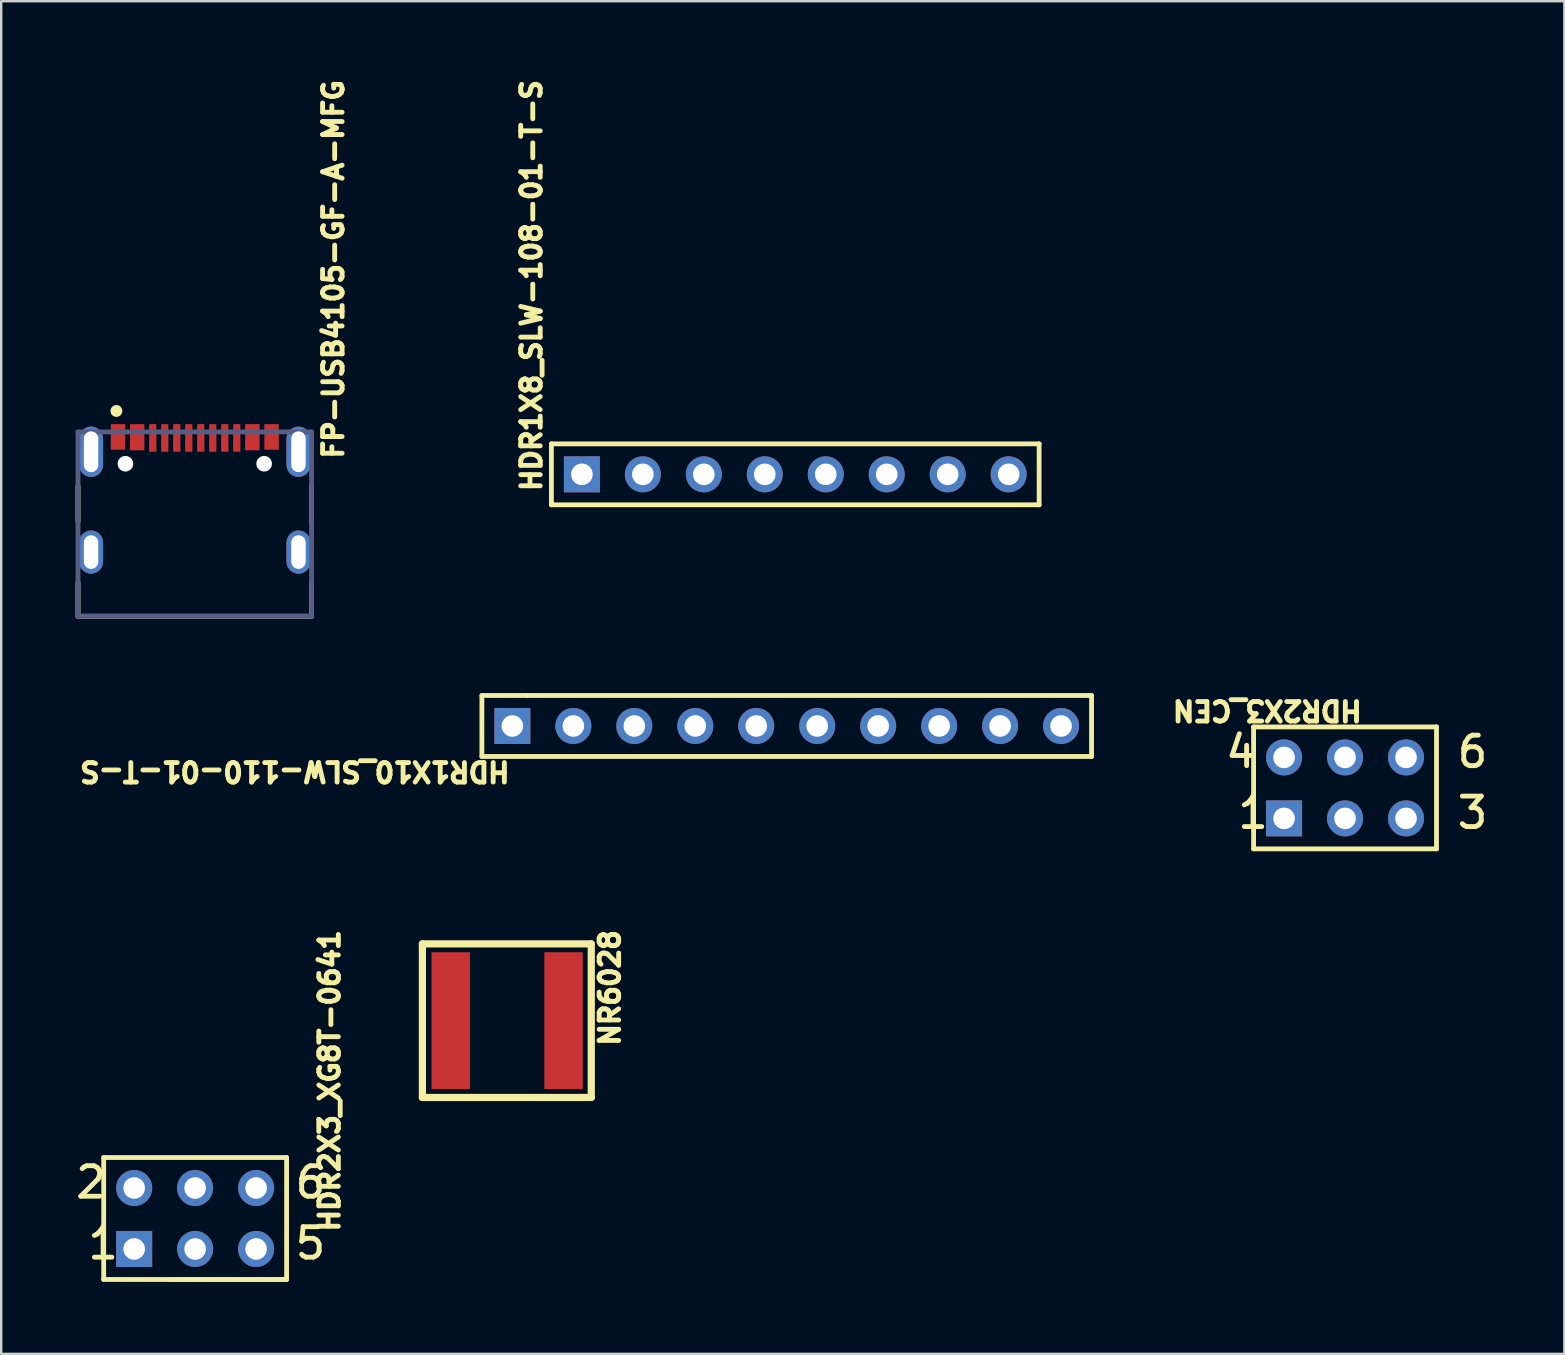
<source format=kicad_pcb>
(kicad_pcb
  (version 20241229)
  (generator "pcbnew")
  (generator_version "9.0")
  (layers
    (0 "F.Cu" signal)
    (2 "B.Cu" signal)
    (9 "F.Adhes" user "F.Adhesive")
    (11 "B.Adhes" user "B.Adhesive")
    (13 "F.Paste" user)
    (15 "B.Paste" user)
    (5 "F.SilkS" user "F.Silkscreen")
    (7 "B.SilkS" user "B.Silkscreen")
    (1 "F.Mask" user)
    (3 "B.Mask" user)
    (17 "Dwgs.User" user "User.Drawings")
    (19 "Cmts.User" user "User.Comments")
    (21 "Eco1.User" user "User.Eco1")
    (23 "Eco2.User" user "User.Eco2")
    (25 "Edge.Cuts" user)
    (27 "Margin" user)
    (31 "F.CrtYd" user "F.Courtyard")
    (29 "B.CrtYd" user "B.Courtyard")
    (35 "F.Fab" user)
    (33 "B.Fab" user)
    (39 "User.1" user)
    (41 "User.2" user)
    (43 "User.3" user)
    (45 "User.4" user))
  (footprint "HDR2X3_CEN"
    (layer "F.Cu")
    (at 50.448 31.046)
    (property "Reference" "HDR2X3_CEN" (at 3.344 -4.978 180) (unlocked yes) (layer "F.SilkS") (effects (font (size 0.813 0.813) (thickness 0.203)) (justify left bottom)))
    (fp_line (start -1.27 -3.81) (end -1.27 1.27) (stroke (width 0.2) (type solid)) (layer "F.SilkS"))
    (fp_line (start 6.35 -3.81) (end -1.27 -3.81) (stroke (width 0.2) (type solid)) (layer "F.SilkS"))
    (fp_line (start 6.35 -3.81) (end 6.35 1.27) (stroke (width 0.2) (type solid)) (layer "F.SilkS"))
    (fp_line (start 6.35 1.27) (end -1.27 1.27) (stroke (width 0.2) (type solid)) (layer "F.SilkS"))
    (fp_text user "4" (at -2.54 -2.032 0) (unlocked yes) (layer "F.SilkS") (effects (font (size 1.27 1.27) (thickness 0.203)) (justify left bottom)))
    (fp_text user "6" (at 7.112 -2.032 0) (unlocked yes) (layer "F.SilkS") (effects (font (size 1.27 1.27) (thickness 0.203)) (justify left bottom)))
    (fp_text user "1" (at -2.032 0.508 0) (unlocked yes) (layer "F.SilkS") (effects (font (size 1.27 1.27) (thickness 0.203)) (justify left bottom)))
    (fp_text user "3" (at 7.112 0.508 0) (unlocked yes) (layer "F.SilkS") (effects (font (size 1.27 1.27) (thickness 0.203)) (justify left bottom)))
    (pad "1" thru_hole rect (at 0 0) (size 1.5 1.5) (drill 0.9) (layers "*.Cu" "*.Mask"))
    (pad "2" thru_hole circle (at 2.54 0) (size 1.5 1.5) (drill 0.9) (layers "*.Cu" "*.Mask"))
    (pad "3" thru_hole circle (at 5.08 0) (size 1.5 1.5) (drill 0.9) (layers "*.Cu" "*.Mask"))
    (pad "4" thru_hole circle (at 0 -2.54) (size 1.5 1.5) (drill 0.9) (layers "*.Cu" "*.Mask"))
    (pad "5" thru_hole circle (at 2.54 -2.54) (size 1.5 1.5) (drill 0.9) (layers "*.Cu" "*.Mask"))
    (pad "6" thru_hole circle (at 5.08 -2.54) (size 1.5 1.5) (drill 0.9) (layers "*.Cu" "*.Mask")))
  (footprint "NR6028"
    (layer "F.Cu")
    (at 18.079 39.473)
    (property "Reference" "NR6028" (at 4.756 1.151 90) (unlocked yes) (layer "F.SilkS") (effects (font (size 0.813 0.813) (thickness 0.203)) (justify left bottom)))
    (fp_line (start -3.531 3.2) (end -3.531 -3.2) (stroke (width 0.3) (type solid)) (layer "F.SilkS"))
    (fp_line (start 3.505 -3.2) (end -3.531 -3.2) (stroke (width 0.3) (type solid)) (layer "F.SilkS"))
    (fp_line (start 3.505 3.2) (end -3.531 3.2) (stroke (width 0.3) (type solid)) (layer "F.SilkS"))
    (fp_line (start 3.505 3.2) (end 3.505 -3.2) (stroke (width 0.3) (type solid)) (layer "F.SilkS"))
    (pad "1" smd rect (at -2.35 0.00001) (size 1.6 5.7) (layers "F.Cu" "F.Mask" "F.Paste"))
    (pad "2" smd rect (at 2.35 0.00001) (size 1.6 5.7) (layers "F.Cu" "F.Mask" "F.Paste")))
  (footprint "HDR1X10_SLW-110-01-T-S"
    (layer "F.Cu")
    (at 18.297 27.196)
    (property "Reference" "HDR1X10_SLW-110-01-T-S" (at -0.007 1.414 180) (unlocked yes) (layer "F.SilkS") (effects (font (size 0.813 0.813) (thickness 0.203)) (justify left bottom)))
    (fp_line (start -1.27 -1.27) (end -1.27 1.27) (stroke (width 0.2) (type solid)) (layer "F.SilkS"))
    (fp_line (start 0.635 -1.27) (end -1.27 -1.27) (stroke (width 0.2) (type solid)) (layer "F.SilkS"))
    (fp_line (start 24.13 -1.27) (end 0.635 -1.27) (stroke (width 0.2) (type solid)) (layer "F.SilkS"))
    (fp_line (start 24.13 -1.27) (end 24.13 1.27) (stroke (width 0.2) (type solid)) (layer "F.SilkS"))
    (fp_line (start 24.13 1.27) (end -1.27 1.27) (stroke (width 0.2) (type solid)) (layer "F.SilkS"))
    (pad "1" thru_hole rect (at 0 0) (size 1.5 1.5) (drill 0.9) (layers "*.Cu" "*.Mask"))
    (pad "2" thru_hole circle (at 2.54 0) (size 1.5 1.5) (drill 0.9) (layers "*.Cu" "*.Mask"))
    (pad "3" thru_hole circle (at 5.08 0) (size 1.5 1.5) (drill 0.9) (layers "*.Cu" "*.Mask"))
    (pad "4" thru_hole circle (at 7.62 0) (size 1.5 1.5) (drill 0.9) (layers "*.Cu" "*.Mask"))
    (pad "5" thru_hole circle (at 10.16 0) (size 1.5 1.5) (drill 0.9) (layers "*.Cu" "*.Mask"))
    (pad "6" thru_hole circle (at 12.7 0) (size 1.5 1.5) (drill 0.9) (layers "*.Cu" "*.Mask"))
    (pad "7" thru_hole circle (at 15.24 0) (size 1.5 1.5) (drill 0.9) (layers "*.Cu" "*.Mask"))
    (pad "8" thru_hole circle (at 17.78 0) (size 1.5 1.5) (drill 0.9) (layers "*.Cu" "*.Mask"))
    (pad "9" thru_hole circle (at 20.32 0) (size 1.5 1.5) (drill 0.9) (layers "*.Cu" "*.Mask"))
    (pad "10" thru_hole circle (at 22.86 0) (size 1.5 1.5) (drill 0.9) (layers "*.Cu" "*.Mask")))
  (footprint "HDR1X8_SLW-108-01-T-S"
    (layer "F.Cu")
    (at 21.193 16.712)
    (property "Reference" "HDR1X8_SLW-108-01-T-S" (at -1.626 0.804 90) (unlocked yes) (layer "F.SilkS") (effects (font (size 0.813 0.813) (thickness 0.203)) (justify left bottom)))
    (fp_line (start -1.27 -1.27) (end 19.05 -1.27) (stroke (width 0.2) (type solid)) (layer "F.SilkS"))
    (fp_line (start -1.27 1.27) (end -1.27 -1.27) (stroke (width 0.2) (type solid)) (layer "F.SilkS"))
    (fp_line (start -1.27 1.27) (end 19.05 1.27) (stroke (width 0.2) (type solid)) (layer "F.SilkS"))
    (fp_line (start 19.05 1.27) (end 19.05 -1.27) (stroke (width 0.2) (type solid)) (layer "F.SilkS"))
    (pad "1" thru_hole rect (at 0 0) (size 1.5 1.5) (drill 0.9) (layers "*.Cu" "*.Mask"))
    (pad "2" thru_hole circle (at 2.54 0) (size 1.5 1.5) (drill 0.9) (layers "*.Cu" "*.Mask"))
    (pad "3" thru_hole circle (at 5.08 0) (size 1.5 1.5) (drill 0.9) (layers "*.Cu" "*.Mask"))
    (pad "4" thru_hole circle (at 7.62 0) (size 1.5 1.5) (drill 0.9) (layers "*.Cu" "*.Mask"))
    (pad "5" thru_hole circle (at 10.16 0) (size 1.5 1.5) (drill 0.9) (layers "*.Cu" "*.Mask"))
    (pad "6" thru_hole circle (at 12.7 0) (size 1.5 1.5) (drill 0.9) (layers "*.Cu" "*.Mask"))
    (pad "7" thru_hole circle (at 15.24 0) (size 1.5 1.5) (drill 0.9) (layers "*.Cu" "*.Mask"))
    (pad "8" thru_hole circle (at 17.78 0) (size 1.5 1.5) (drill 0.9) (layers "*.Cu" "*.Mask")))
  (footprint "HDR2X3_XG8T-0641"
    (layer "F.Cu")
    (at 2.54 48.985)
    (property "Reference" "HDR2X3_XG8T-0641" (at 8.616 -0.62 90) (unlocked yes) (layer "F.SilkS") (effects (font (size 0.813 0.813) (thickness 0.203)) (justify left bottom)))
    (fp_line (start -1.27 1.27) (end -1.27 -3.81) (stroke (width 0.2) (type solid)) (layer "F.SilkS"))
    (fp_line (start 6.35 -3.81) (end -1.27 -3.81) (stroke (width 0.2) (type solid)) (layer "F.SilkS"))
    (fp_line (start 6.35 1.27) (end -1.27 1.27) (stroke (width 0.2) (type solid)) (layer "F.SilkS"))
    (fp_line (start 6.35 1.27) (end 1.482 1.27) (stroke (width 0.2) (type solid)) (layer "F.SilkS"))
    (fp_line (start 6.35 1.27) (end 6.35 -3.81) (stroke (width 0.2) (type solid)) (layer "F.SilkS"))
    (fp_text user "6" (at 6.604 -2.032 0) (unlocked yes) (layer "F.SilkS") (effects (font (size 1.27 1.27) (thickness 0.203)) (justify left bottom)))
    (fp_text user "2" (at -2.54 -2.032 0) (unlocked yes) (layer "F.SilkS") (effects (font (size 1.27 1.27) (thickness 0.203)) (justify left bottom)))
    (fp_text user "1" (at -2.032 0.508 0) (unlocked yes) (layer "F.SilkS") (effects (font (size 1.27 1.27) (thickness 0.203)) (justify left bottom)))
    (fp_text user "5" (at 6.604 0.508 0) (unlocked yes) (layer "F.SilkS") (effects (font (size 1.27 1.27) (thickness 0.203)) (justify left bottom)))
    (pad "1" thru_hole rect (at 0 0) (size 1.5 1.5) (drill 0.9) (layers "*.Cu" "*.Mask"))
    (pad "2" thru_hole circle (at 0 -2.54) (size 1.5 1.5) (drill 0.9) (layers "*.Cu" "*.Mask"))
    (pad "3" thru_hole circle (at 2.54 0) (size 1.5 1.5) (drill 0.9) (layers "*.Cu" "*.Mask"))
    (pad "4" thru_hole circle (at 2.54 -2.54) (size 1.5 1.5) (drill 0.9) (layers "*.Cu" "*.Mask"))
    (pad "5" thru_hole circle (at 5.08 0) (size 1.5 1.5) (drill 0.9) (layers "*.Cu" "*.Mask"))
    (pad "6" thru_hole circle (at 5.08 -2.54) (size 1.5 1.5) (drill 0.9) (layers "*.Cu" "*.Mask")))
  (footprint "FP-USB4105-GF-A-MFG"
    (layer "F.Cu")
    (at 5.065 18.786)
    (property "Reference" "FP-USB4105-GF-A-MFG" (at 6.248 -2.625 90) (unlocked yes) (layer "F.SilkS") (effects (font (size 0.813 0.813) (thickness 0.203)) (justify left bottom)))
    (fp_line (start -4.865 -0.11) (end -4.865 -1.59) (stroke (width 0.2) (type solid)) (layer "F.SilkS"))
    (fp_line (start -4.865 3.84) (end -4.865 2.44) (stroke (width 0.2) (type solid)) (layer "F.SilkS"))
    (fp_line (start 4.865 -0.11) (end 4.865 -1.59) (stroke (width 0.2) (type solid)) (layer "F.SilkS"))
    (fp_line (start 4.865 3.84) (end -4.865 3.84) (stroke (width 0.2) (type solid)) (layer "F.SilkS"))
    (fp_line (start 4.865 3.84) (end 4.865 2.44) (stroke (width 0.2) (type solid)) (layer "F.SilkS"))
    (fp_circle (center -3.265 -4.715) (end -3.39 -4.715) (stroke (width 0.25) (type solid)) (fill no) (layer "F.SilkS"))
    (fp_line (start -4.965 3.94) (end -4.965 -4.265) (stroke (width 0.2) (type solid)) (layer "Eco1.User"))
    (fp_line (start 0 0.5) (end 0 -0.5) (stroke (width 0.1) (type solid)) (layer "Eco1.User"))
    (fp_line (start 0.5 0) (end -0.5 0) (stroke (width 0.1) (type solid)) (layer "Eco1.User"))
    (fp_line (start 4.965 -4.265) (end -4.965 -4.265) (stroke (width 0.2) (type solid)) (layer "Eco1.User"))
    (fp_line (start 4.965 3.94) (end -4.965 3.94) (stroke (width 0.2) (type solid)) (layer "Eco1.User"))
    (fp_line (start 4.965 3.94) (end 4.965 -4.265) (stroke (width 0.2) (type solid)) (layer "Eco1.User"))
    (fp_line (start -4.865 3.84) (end -4.865 -3.84) (stroke (width 0.2) (type solid)) (layer "B.Fab"))
    (fp_line (start 4.865 -3.84) (end -4.865 -3.84) (stroke (width 0.2) (type solid)) (layer "B.Fab"))
    (fp_line (start 4.865 3.84) (end -4.865 3.84) (stroke (width 0.2) (type solid)) (layer "B.Fab"))
    (fp_line (start 4.865 3.84) (end 4.865 -3.84) (stroke (width 0.2) (type solid)) (layer "B.Fab"))
    (fp_line (start -4.965 3.94) (end -4.965 -4.265) (stroke (width 0.2) (type solid)) (layer "User.5"))
    (fp_line (start 4.965 -4.265) (end -4.965 -4.265) (stroke (width 0.2) (type solid)) (layer "User.5"))
    (fp_line (start 4.965 3.94) (end -4.965 3.94) (stroke (width 0.2) (type solid)) (layer "User.5"))
    (fp_line (start 4.965 3.94) (end 4.965 -4.265) (stroke (width 0.2) (type solid)) (layer "User.5"))
    (fp_text user "${REFERENCE}" (at -0.002 -0.173 0) (unlocked yes) (layer "User.5") (effects (font (face "Arial") (size 0.63 0.63) (thickness 0.1)) (justify left bottom)))
    (pad "" np_thru_hole circle (at -2.89 -2.515) (size 0.65 0.65) (drill 0.65) (layers "*.Cu" "*.Mask"))
    (pad "" np_thru_hole circle (at 2.89 -2.515) (size 0.65 0.65) (drill 0.65) (layers "*.Cu" "*.Mask"))
    (pad "1" thru_hole roundrect (at -4.32 -3.015) (size 1 2.1) (drill oval 0.6 1.7) (layers "*.Cu" "*.Mask") (roundrect_rratio 0.5))
    (pad "2" thru_hole roundrect (at 4.32 -3.015) (size 1 2.1) (drill oval 0.6 1.7) (layers "*.Cu" "*.Mask") (roundrect_rratio 0.5))
    (pad "3" thru_hole roundrect (at -4.32 1.165) (size 1 1.8) (drill oval 0.6 1.4) (layers "*.Cu" "*.Mask") (roundrect_rratio 0.5))
    (pad "4" thru_hole roundrect (at 4.32 1.165) (size 1 1.8) (drill oval 0.6 1.4) (layers "*.Cu" "*.Mask") (roundrect_rratio 0.5))
    (pad "A1-B12" smd rect (at -3.2 -3.632) (size 0.6 1.065) (layers "F.Cu" "F.Mask" "F.Paste"))
    (pad "A4-B9" smd rect (at -2.4 -3.62) (size 0.6 1.09) (layers "F.Cu" "F.Mask" "F.Paste"))
    (pad "A5" smd rect (at -1.25 -3.59) (size 0.3 1.15) (layers "F.Cu" "F.Mask" "F.Paste"))
    (pad "A6" smd rect (at -0.25 -3.59) (size 0.3 1.15) (layers "F.Cu" "F.Mask" "F.Paste"))
    (pad "A7" smd rect (at 0.25 -3.59) (size 0.3 1.15) (layers "F.Cu" "F.Mask" "F.Paste"))
    (pad "A8" smd rect (at 1.25 -3.59) (size 0.3 1.15) (layers "F.Cu" "F.Mask" "F.Paste"))
    (pad "B1-A12" smd rect (at 3.2 -3.632) (size 0.6 1.065) (layers "F.Cu" "F.Mask" "F.Paste"))
    (pad "B4-A9" smd rect (at 2.4 -3.62) (size 0.6 1.09) (layers "F.Cu" "F.Mask" "F.Paste"))
    (pad "B5" smd rect (at 1.75 -3.59) (size 0.3 1.15) (layers "F.Cu" "F.Mask" "F.Paste"))
    (pad "B6" smd rect (at 0.75 -3.59) (size 0.3 1.15) (layers "F.Cu" "F.Mask" "F.Paste"))
    (pad "B7" smd rect (at -0.75 -3.59) (size 0.3 1.15) (layers "F.Cu" "F.Mask" "F.Paste"))
    (pad "B8" smd rect (at -1.75 -3.59) (size 0.3 1.15) (layers "F.Cu" "F.Mask" "F.Paste")))
  (gr_rect
    (start -3 -3)
    (end 62.125 53.355)
    (stroke (width 0.1) (type default))
    (fill no)
    (layer "Edge.Cuts")))
</source>
